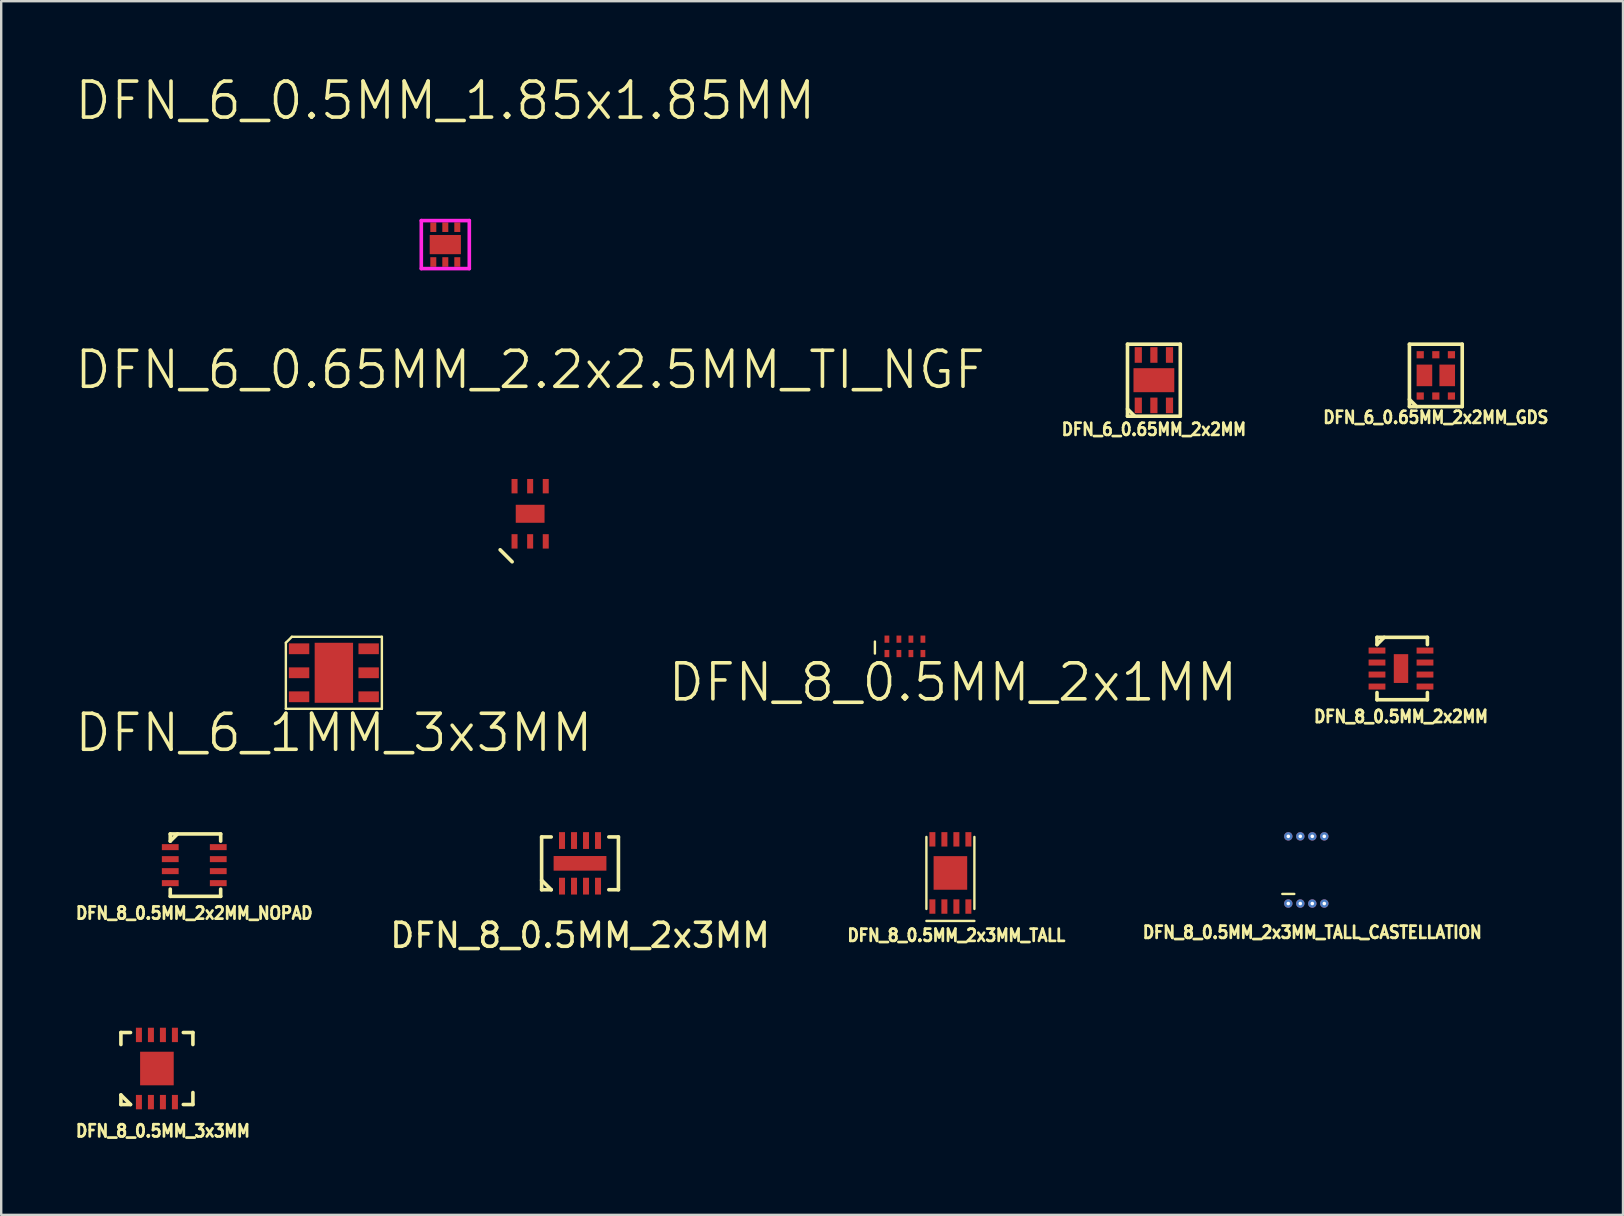
<source format=kicad_pcb>
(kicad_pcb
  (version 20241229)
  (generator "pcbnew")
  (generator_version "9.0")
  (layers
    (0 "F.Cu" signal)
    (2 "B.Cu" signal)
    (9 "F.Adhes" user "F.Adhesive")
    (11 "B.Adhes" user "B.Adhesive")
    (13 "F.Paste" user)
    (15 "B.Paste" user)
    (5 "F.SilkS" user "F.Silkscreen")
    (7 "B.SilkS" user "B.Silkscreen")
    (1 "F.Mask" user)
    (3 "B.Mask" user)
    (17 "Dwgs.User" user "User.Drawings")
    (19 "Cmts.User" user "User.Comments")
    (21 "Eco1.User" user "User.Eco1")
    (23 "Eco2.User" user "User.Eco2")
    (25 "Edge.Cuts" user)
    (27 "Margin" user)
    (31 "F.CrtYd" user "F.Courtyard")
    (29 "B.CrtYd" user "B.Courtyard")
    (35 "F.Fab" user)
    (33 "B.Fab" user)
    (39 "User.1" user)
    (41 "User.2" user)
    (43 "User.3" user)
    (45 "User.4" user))
  (footprint "DFN_6_1MM_3x3MM"
    (layer "F.Cu")
    (at 10.861 24.982)
    (property "Reference" "DFN_6_1MM_3x3MM" (at 0 2.5 0) (layer "F.SilkS") (effects (font (size 1.5 1.5) (thickness 0.15))))
    (attr through_hole)
    (fp_line (start -2 -1.25) (end -2 1.5) (stroke (width 0.1) (type solid)) (layer "F.SilkS"))
    (fp_line (start -2 1.5) (end 2 1.5) (stroke (width 0.1) (type solid)) (layer "F.SilkS"))
    (fp_line (start -1.75 -1.5) (end -2 -1.25) (stroke (width 0.1) (type solid)) (layer "F.SilkS"))
    (fp_line (start 2 -1.5) (end -1.75 -1.5) (stroke (width 0.1) (type solid)) (layer "F.SilkS"))
    (fp_line (start 2 1.5) (end 2 -1.5) (stroke (width 0.1) (type solid)) (layer "F.SilkS"))
    (pad "1" smd rect (at -1.45 -1) (size 0.85 0.45) (layers "F.Cu" "F.Mask" "F.Paste"))
    (pad "2" smd rect (at -1.45 0) (size 0.85 0.45) (layers "F.Cu" "F.Mask" "F.Paste"))
    (pad "3" smd rect (at -1.45 1) (size 0.85 0.45) (layers "F.Cu" "F.Mask" "F.Paste"))
    (pad "4" smd rect (at 1.45 1) (size 0.85 0.45) (layers "F.Cu" "F.Mask" "F.Paste"))
    (pad "5" smd rect (at 1.45 0) (size 0.85 0.45) (layers "F.Cu" "F.Mask" "F.Paste"))
    (pad "6" smd rect (at 1.45 -1) (size 0.85 0.45) (layers "F.Cu" "F.Mask" "F.Paste"))
    (pad "PAD" smd rect (at 0 0) (size 1.6 2.5) (layers "F.Cu" "F.Mask" "F.Paste")))
  (footprint "DFN_8_0.5MM_3x3MM"
    (layer "F.Cu")
    (at 3.488 41.471)
    (property "Reference" "DFN_8_0.5MM_3x3MM" (at 0.25 2.6 0) (layer "F.SilkS") (effects (font (size 0.508 0.457) (thickness 0.114))))
    (attr through_hole)
    (fp_line (start -1.5 -1.5) (end -1.5 -1) (stroke (width 0.15) (type solid)) (layer "F.SilkS"))
    (fp_line (start -1.5 1.1) (end -1.5 1.5) (stroke (width 0.15) (type solid)) (layer "F.SilkS"))
    (fp_line (start -1.5 1.1) (end -1.1 1.5) (stroke (width 0.15) (type solid)) (layer "F.SilkS"))
    (fp_line (start -1.5 1.5) (end -1.1 1.5) (stroke (width 0.15) (type solid)) (layer "F.SilkS"))
    (fp_line (start -1.1 -1.5) (end -1.5 -1.5) (stroke (width 0.15) (type solid)) (layer "F.SilkS"))
    (fp_line (start 1.1 -1.5) (end 1.5 -1.5) (stroke (width 0.15) (type solid)) (layer "F.SilkS"))
    (fp_line (start 1.1 1.5) (end 1.5 1.5) (stroke (width 0.15) (type solid)) (layer "F.SilkS"))
    (fp_line (start 1.5 -1.5) (end 1.5 -1) (stroke (width 0.15) (type solid)) (layer "F.SilkS"))
    (fp_line (start 1.5 1.5) (end 1.5 1) (stroke (width 0.15) (type solid)) (layer "F.SilkS"))
    (pad "" smd rect (at -0.25 -0.25) (size 0.4 0.4) (layers "F.Paste"))
    (pad "" smd rect (at -0.25 0.25) (size 0.4 0.4) (layers "F.Paste"))
    (pad "" smd rect (at 0.25 -0.25) (size 0.4 0.4) (layers "F.Paste"))
    (pad "" smd rect (at 0.25 0.25) (size 0.4 0.4) (layers "F.Paste"))
    (pad "1" smd rect (at -0.75 1.4) (size 0.25 0.6) (layers "F.Cu" "F.Mask" "F.Paste"))
    (pad "2" smd rect (at -0.25 1.4) (size 0.25 0.6) (layers "F.Cu" "F.Mask" "F.Paste"))
    (pad "3" smd rect (at 0.25 1.4) (size 0.25 0.6) (layers "F.Cu" "F.Mask" "F.Paste"))
    (pad "4" smd rect (at 0.75 1.4) (size 0.25 0.6) (layers "F.Cu" "F.Mask" "F.Paste"))
    (pad "5" smd rect (at 0.75 -1.4) (size 0.25 0.6) (layers "F.Cu" "F.Mask" "F.Paste"))
    (pad "6" smd rect (at 0.25 -1.4) (size 0.25 0.6) (layers "F.Cu" "F.Mask" "F.Paste"))
    (pad "7" smd rect (at -0.25 -1.4) (size 0.25 0.6) (layers "F.Cu" "F.Mask" "F.Paste"))
    (pad "8" smd rect (at -0.75 -1.4) (size 0.25 0.6) (layers "F.Cu" "F.Mask" "F.Paste"))
    (pad "PAD" smd rect (at 0 0) (size 1.4 1.4) (layers "F.Cu" "F.Mask")))
  (footprint "DFN_8_0.5MM_2x3MM_TALL_CASTELLATION"
    (layer "F.Cu")
    (at 51.378 33.197)
    (property "Reference" "DFN_8_0.5MM_2x3MM_TALL_CASTELLATION" (at 0.25 2.6 0) (layer "F.SilkS") (effects (font (size 0.508 0.457) (thickness 0.114))))
    (attr smd)
    (fp_line (start -1 1) (end -0.5 1) (stroke (width 0.1) (type default)) (layer "F.SilkS"))
    (pad "1" thru_hole circle (at -0.75 1.4) (size 0.35 0.35) (drill 0.15) (layers "*.Cu" "*.Mask"))
    (pad "2" thru_hole circle (at -0.25 1.4) (size 0.35 0.35) (drill 0.15) (layers "*.Cu" "*.Mask"))
    (pad "3" thru_hole circle (at 0.25 1.4) (size 0.35 0.35) (drill 0.15) (layers "*.Cu" "*.Mask"))
    (pad "4" thru_hole circle (at 0.75 1.4) (size 0.35 0.35) (drill 0.15) (layers "*.Cu" "*.Mask"))
    (pad "5" thru_hole circle (at 0.75 -1.4) (size 0.35 0.35) (drill 0.15) (layers "*.Cu" "*.Mask"))
    (pad "6" thru_hole circle (at 0.25 -1.4) (size 0.35 0.35) (drill 0.15) (layers "*.Cu" "*.Mask"))
    (pad "7" thru_hole circle (at -0.25 -1.4) (size 0.35 0.35) (drill 0.15) (layers "*.Cu" "*.Mask"))
    (pad "8" thru_hole circle (at -0.75 -1.4) (size 0.35 0.35) (drill 0.15) (layers "*.Cu" "*.Mask")))
  (footprint "DFN_8_0.5MM_2x3MM_TALL"
    (layer "F.Cu")
    (at 36.549 33.322)
    (property "Reference" "DFN_8_0.5MM_2x3MM_TALL" (at 0.25 2.6 0) (layer "F.SilkS") (effects (font (size 0.508 0.457) (thickness 0.114))))
    (attr through_hole)
    (fp_line (start -1 -1.5) (end -1 1.5) (stroke (width 0.1) (type solid)) (layer "F.SilkS"))
    (fp_line (start -1 2) (end 1 2) (stroke (width 0.1) (type solid)) (layer "F.SilkS"))
    (fp_line (start 1 -1.5) (end 1 1.5) (stroke (width 0.1) (type solid)) (layer "F.SilkS"))
    (pad "" smd rect (at -0.25 -0.25) (size 0.5 0.5) (layers "F.Paste"))
    (pad "" smd rect (at -0.25 0.25) (size 0.5 0.5) (layers "F.Paste"))
    (pad "" smd rect (at 0.25 -0.25) (size 0.5 0.5) (layers "F.Paste"))
    (pad "" smd rect (at 0.25 0.25) (size 0.5 0.5) (layers "F.Paste"))
    (pad "1" smd rect (at -0.75 1.4) (size 0.25 0.6) (layers "F.Cu" "F.Mask" "F.Paste"))
    (pad "2" smd rect (at -0.25 1.4) (size 0.25 0.6) (layers "F.Cu" "F.Mask" "F.Paste"))
    (pad "3" smd rect (at 0.25 1.4) (size 0.25 0.6) (layers "F.Cu" "F.Mask" "F.Paste"))
    (pad "4" smd rect (at 0.75 1.4) (size 0.25 0.6) (layers "F.Cu" "F.Mask" "F.Paste"))
    (pad "5" smd rect (at 0.75 -1.4) (size 0.25 0.6) (layers "F.Cu" "F.Mask" "F.Paste"))
    (pad "6" smd rect (at 0.25 -1.4) (size 0.25 0.6) (layers "F.Cu" "F.Mask" "F.Paste"))
    (pad "7" smd rect (at -0.25 -1.4) (size 0.25 0.6) (layers "F.Cu" "F.Mask" "F.Paste"))
    (pad "8" smd rect (at -0.75 -1.4) (size 0.25 0.6) (layers "F.Cu" "F.Mask" "F.Paste"))
    (pad "PAD" smd rect (at 0 0) (size 1.4 1.4) (layers "F.Cu" "F.Mask")))
  (footprint "DFN_6_0.65MM_2x2MM"
    (layer "F.Cu")
    (at 45.028 12.791)
    (property "Reference" "DFN_6_0.65MM_2x2MM" (at 0 2.05 0) (layer "F.SilkS") (effects (font (size 0.508 0.457) (thickness 0.11))))
    (attr through_hole)
    (fp_line (start -1.1 -1.5) (end -1.1 1.5) (stroke (width 0.15) (type solid)) (layer "F.SilkS"))
    (fp_line (start -1.1 1.2) (end -0.8 1.5) (stroke (width 0.15) (type solid)) (layer "F.SilkS"))
    (fp_line (start -1.1 1.5) (end 1.1 1.5) (stroke (width 0.15) (type solid)) (layer "F.SilkS"))
    (fp_line (start 1.1 -1.5) (end -1.1 -1.5) (stroke (width 0.15) (type solid)) (layer "F.SilkS"))
    (fp_line (start 1.1 1.5) (end 1.1 -1.5) (stroke (width 0.15) (type solid)) (layer "F.SilkS"))
    (pad "1" smd rect (at -0.65 1.05) (size 0.3 0.65) (layers "F.Cu" "F.Mask" "F.Paste"))
    (pad "2" smd rect (at 0 1.05) (size 0.3 0.65) (layers "F.Cu" "F.Mask" "F.Paste"))
    (pad "3" smd rect (at 0.65 1.05) (size 0.3 0.65) (layers "F.Cu" "F.Mask" "F.Paste"))
    (pad "4" smd rect (at 0.65 -1.05) (size 0.3 0.65) (layers "F.Cu" "F.Mask" "F.Paste"))
    (pad "5" smd rect (at 0 -1.05) (size 0.3 0.65) (layers "F.Cu" "F.Mask" "F.Paste"))
    (pad "6" smd rect (at -0.65 -1.05) (size 0.3 0.65) (layers "F.Cu" "F.Mask" "F.Paste"))
    (pad "PAD" smd rect (at 0 0) (size 1.7 1) (layers "F.Cu" "F.Mask" "F.Paste")))
  (footprint "DFN_8_0.5MM_2x2MM"
    (layer "F.Cu")
    (at 55.324 24.806)
    (property "Reference" "DFN_8_0.5MM_2x2MM" (at 0 2 0) (layer "F.SilkS") (effects (font (size 0.508 0.457) (thickness 0.114))))
    (attr smd)
    (fp_line (start -1 -1.3) (end 1.1 -1.3) (stroke (width 0.15) (type solid)) (layer "F.SilkS"))
    (fp_line (start -1 -1) (end -1 -1.3) (stroke (width 0.15) (type solid)) (layer "F.SilkS"))
    (fp_line (start -1 -1) (end -0.7 -1.3) (stroke (width 0.15) (type solid)) (layer "F.SilkS"))
    (fp_line (start -1 1) (end -1 1.3) (stroke (width 0.15) (type solid)) (layer "F.SilkS"))
    (fp_line (start -1 1.3) (end 1.1 1.3) (stroke (width 0.15) (type solid)) (layer "F.SilkS"))
    (fp_line (start 1.1 -1.3) (end 1.1 -1) (stroke (width 0.15) (type solid)) (layer "F.SilkS"))
    (fp_line (start 1.1 1.3) (end 1.1 1) (stroke (width 0.15) (type solid)) (layer "F.SilkS"))
    (pad "1" smd rect (at -1 -0.75) (size 0.7 0.25) (layers "F.Cu" "F.Mask" "F.Paste"))
    (pad "2" smd rect (at -1 -0.25) (size 0.7 0.25) (layers "F.Cu" "F.Mask" "F.Paste"))
    (pad "3" smd rect (at -1 0.25) (size 0.7 0.25) (layers "F.Cu" "F.Mask" "F.Paste"))
    (pad "4" smd rect (at -1 0.75) (size 0.7 0.25) (layers "F.Cu" "F.Mask" "F.Paste"))
    (pad "5" smd rect (at 1 0.75) (size 0.7 0.25) (layers "F.Cu" "F.Mask" "F.Paste"))
    (pad "6" smd rect (at 1 0.25) (size 0.7 0.25) (layers "F.Cu" "F.Mask" "F.Paste"))
    (pad "7" smd rect (at 1 -0.25) (size 0.7 0.25) (layers "F.Cu" "F.Mask" "F.Paste"))
    (pad "8" smd rect (at 1 -0.75) (size 0.7 0.25) (layers "F.Cu" "F.Mask" "F.Paste"))
    (pad "PAD" smd rect (at 0 0) (size 0.6 1.2) (layers "F.Cu" "F.Mask" "F.Paste")))
  (footprint "DFN_6_0.65MM_2.2x2.5MM_TI_NGF"
    (layer "F.Cu")
    (at 19.039 18.357)
    (property "Reference" "DFN_6_0.65MM_2.2x2.5MM_TI_NGF" (at 0 -6 0) (layer "F.SilkS") (effects (font (size 1.5 1.5) (thickness 0.15))))
    (attr smd)
    (fp_line (start -1.25 1.5) (end -0.75 2) (stroke (width 0.15) (type solid)) (layer "F.SilkS"))
    (pad "1" smd rect (at -0.65 1.15) (size 0.25 0.6) (layers "F.Cu" "F.Mask" "F.Paste"))
    (pad "2" smd rect (at 0 1.15) (size 0.25 0.6) (layers "F.Cu" "F.Mask" "F.Paste"))
    (pad "3" smd rect (at 0.65 1.15) (size 0.25 0.6) (layers "F.Cu" "F.Mask" "F.Paste"))
    (pad "4" smd rect (at 0.65 -1.15) (size 0.25 0.6) (layers "F.Cu" "F.Mask" "F.Paste"))
    (pad "5" smd rect (at 0 -1.15) (size 0.25 0.6) (layers "F.Cu" "F.Mask" "F.Paste"))
    (pad "6" smd rect (at -0.65 -1.15) (size 0.25 0.6) (layers "F.Cu" "F.Mask" "F.Paste"))
    (pad "PAD" smd rect (at 0 0) (size 1.2 0.75) (layers "F.Cu" "F.Mask" "F.Paste")))
  (footprint "DFN_6_0.5MM_1.85x1.85MM"
    (layer "F.Cu")
    (at 15.504 7.141)
    (property "Reference" "DFN_6_0.5MM_1.85x1.85MM" (at 0 -6 0) (layer "F.SilkS") (effects (font (size 1.5 1.5) (thickness 0.15))))
    (attr through_hole)
    (fp_line (start -1 -1) (end 1 -1) (stroke (width 0.15) (type solid)) (layer "F.CrtYd"))
    (fp_line (start -1 1) (end -1 -1) (stroke (width 0.15) (type solid)) (layer "F.CrtYd"))
    (fp_line (start 1 -1) (end 1 1) (stroke (width 0.15) (type solid)) (layer "F.CrtYd"))
    (fp_line (start 1 1) (end -1 1) (stroke (width 0.15) (type solid)) (layer "F.CrtYd"))
    (pad "1" smd rect (at -0.5 0.725) (size 0.25 0.4) (layers "F.Cu" "F.Mask" "F.Paste"))
    (pad "2" smd rect (at 0 0.725) (size 0.25 0.4) (layers "F.Cu" "F.Mask" "F.Paste"))
    (pad "3" smd rect (at 0.5 0.725) (size 0.25 0.4) (layers "F.Cu" "F.Mask" "F.Paste"))
    (pad "4" smd rect (at 0.5 -0.725) (size 0.25 0.4) (layers "F.Cu" "F.Mask" "F.Paste"))
    (pad "5" smd rect (at 0 -0.725) (size 0.25 0.4) (layers "F.Cu" "F.Mask" "F.Paste"))
    (pad "6" smd rect (at -0.5 -0.725) (size 0.25 0.4) (layers "F.Cu" "F.Mask" "F.Paste"))
    (pad "PAD" smd rect (at 0 0) (size 1.3 0.8) (layers "F.Cu" "F.Mask" "F.Paste")))
  (footprint "DFN_8_0.5MM_2x2MM_NOPAD"
    (layer "F.Cu")
    (at 5.044 32.997)
    (property "Reference" "DFN_8_0.5MM_2x2MM_NOPAD" (at 0 2 0) (layer "F.SilkS") (effects (font (size 0.508 0.457) (thickness 0.114))))
    (attr smd)
    (fp_line (start -1 -1.3) (end 1.1 -1.3) (stroke (width 0.15) (type solid)) (layer "F.SilkS"))
    (fp_line (start -1 -1) (end -1 -1.3) (stroke (width 0.15) (type solid)) (layer "F.SilkS"))
    (fp_line (start -1 -1) (end -0.7 -1.3) (stroke (width 0.15) (type solid)) (layer "F.SilkS"))
    (fp_line (start -1 1) (end -1 1.3) (stroke (width 0.15) (type solid)) (layer "F.SilkS"))
    (fp_line (start -1 1.3) (end 1.1 1.3) (stroke (width 0.15) (type solid)) (layer "F.SilkS"))
    (fp_line (start 1.1 -1.3) (end 1.1 -1) (stroke (width 0.15) (type solid)) (layer "F.SilkS"))
    (fp_line (start 1.1 1.3) (end 1.1 1) (stroke (width 0.15) (type solid)) (layer "F.SilkS"))
    (pad "1" smd rect (at -1 -0.75) (size 0.7 0.25) (layers "F.Cu" "F.Mask" "F.Paste"))
    (pad "2" smd rect (at -1 -0.25) (size 0.7 0.25) (layers "F.Cu" "F.Mask" "F.Paste"))
    (pad "3" smd rect (at -1 0.25) (size 0.7 0.25) (layers "F.Cu" "F.Mask" "F.Paste"))
    (pad "4" smd rect (at -1 0.75) (size 0.7 0.25) (layers "F.Cu" "F.Mask" "F.Paste"))
    (pad "5" smd rect (at 1 0.75) (size 0.7 0.25) (layers "F.Cu" "F.Mask" "F.Paste"))
    (pad "6" smd rect (at 1 0.25) (size 0.7 0.25) (layers "F.Cu" "F.Mask" "F.Paste"))
    (pad "7" smd rect (at 1 -0.25) (size 0.7 0.25) (layers "F.Cu" "F.Mask" "F.Paste"))
    (pad "8" smd rect (at 1 -0.75) (size 0.7 0.25) (layers "F.Cu" "F.Mask" "F.Paste")))
  (footprint "DFN_8_0.5MM_2x3MM"
    (layer "F.Cu")
    (at 21.117 32.922)
    (property "Reference" "DFN_8_0.5MM_2x3MM" (at 0 3 0) (layer "F.SilkS") (effects (font (size 1 1) (thickness 0.15))))
    (attr smd)
    (fp_line (start -1.6 -1.1) (end -1.6 1.1) (stroke (width 0.15) (type solid)) (layer "F.SilkS"))
    (fp_line (start -1.6 -1.1) (end -1.2 -1.1) (stroke (width 0.15) (type solid)) (layer "F.SilkS"))
    (fp_line (start -1.6 1.1) (end -1.2 1.1) (stroke (width 0.15) (type solid)) (layer "F.SilkS"))
    (fp_line (start -1.2 1.1) (end -1.6 0.7) (stroke (width 0.15) (type solid)) (layer "F.SilkS"))
    (fp_line (start 1.2 -1.1) (end 1.6 -1.1) (stroke (width 0.15) (type solid)) (layer "F.SilkS"))
    (fp_line (start 1.6 -1.1) (end 1.6 1.1) (stroke (width 0.15) (type solid)) (layer "F.SilkS"))
    (fp_line (start 1.6 1.1) (end 1.2 1.1) (stroke (width 0.15) (type solid)) (layer "F.SilkS"))
    (pad "1" smd rect (at -0.75 0.95) (size 0.25 0.7) (layers "F.Cu" "F.Mask" "F.Paste"))
    (pad "2" smd rect (at -0.25 0.95) (size 0.25 0.7) (layers "F.Cu" "F.Mask" "F.Paste"))
    (pad "3" smd rect (at 0.25 0.95) (size 0.25 0.7) (layers "F.Cu" "F.Mask" "F.Paste"))
    (pad "4" smd rect (at 0.75 0.95) (size 0.25 0.7) (layers "F.Cu" "F.Mask" "F.Paste"))
    (pad "5" smd rect (at 0.75 -0.95) (size 0.25 0.7) (layers "F.Cu" "F.Mask" "F.Paste"))
    (pad "6" smd rect (at 0.25 -0.95) (size 0.25 0.7) (layers "F.Cu" "F.Mask" "F.Paste"))
    (pad "7" smd rect (at -0.25 -0.95) (size 0.25 0.7) (layers "F.Cu" "F.Mask" "F.Paste"))
    (pad "8" smd rect (at -0.75 -0.95) (size 0.25 0.7) (layers "F.Cu" "F.Mask" "F.Paste"))
    (pad "PAD" smd rect (at 0 0) (size 2.2 0.61) (layers "F.Cu" "F.Mask" "F.Paste")))
  (footprint "DFN_8_0.5MM_2x1MM"
    (layer "F.Cu")
    (at 34.654 23.881)
    (property "Reference" "DFN_8_0.5MM_2x1MM" (at 2 1.5 0) (layer "F.SilkS") (effects (font (size 1.5 1.5) (thickness 0.15))))
    (attr through_hole)
    (fp_line (start -1.25 -0.2) (end -1.25 0.3) (stroke (width 0.1) (type solid)) (layer "F.SilkS"))
    (pad "1" smd rect (at -0.75 0.3) (size 0.2 0.3) (layers "F.Cu" "F.Mask" "F.Paste"))
    (pad "2" smd rect (at -0.25 0.3) (size 0.2 0.3) (layers "F.Cu" "F.Mask" "F.Paste"))
    (pad "3" smd rect (at 0.25 0.3) (size 0.2 0.3) (layers "F.Cu" "F.Mask" "F.Paste"))
    (pad "4" smd rect (at 0.75 0.3) (size 0.2 0.3) (layers "F.Cu" "F.Mask" "F.Paste"))
    (pad "5" smd rect (at 0.75 -0.3) (size 0.2 0.3) (layers "F.Cu" "F.Mask" "F.Paste"))
    (pad "6" smd rect (at 0.25 -0.3) (size 0.2 0.3) (layers "F.Cu" "F.Mask" "F.Paste"))
    (pad "7" smd rect (at -0.25 -0.3) (size 0.2 0.3) (layers "F.Cu" "F.Mask" "F.Paste"))
    (pad "8" smd rect (at -0.75 -0.3) (size 0.2 0.3) (layers "F.Cu" "F.Mask" "F.Paste")))
  (footprint "DFN_6_0.65MM_2x2MM_GDS"
    (layer "F.Cu")
    (at 56.775 12.591)
    (property "Reference" "DFN_6_0.65MM_2x2MM_GDS" (at 0 1.75 0) (layer "F.SilkS") (effects (font (size 0.508 0.457) (thickness 0.11))))
    (attr smd)
    (fp_line (start -1.1 -1.3) (end -1.1 1.3) (stroke (width 0.15) (type solid)) (layer "F.SilkS"))
    (fp_line (start -1.1 1) (end -0.8 1.3) (stroke (width 0.15) (type solid)) (layer "F.SilkS"))
    (fp_line (start -1.1 1.3) (end 1.1 1.3) (stroke (width 0.15) (type solid)) (layer "F.SilkS"))
    (fp_line (start 1.1 -1.3) (end -1.1 -1.3) (stroke (width 0.15) (type solid)) (layer "F.SilkS"))
    (fp_line (start 1.1 1.3) (end 1.1 -1.3) (stroke (width 0.15) (type solid)) (layer "F.SilkS"))
    (pad "D1" smd rect (at -0.65 -0.86) (size 0.3 0.3) (layers "F.Cu" "F.Mask" "F.Paste"))
    (pad "D1" smd rect (at -0.475 0) (size 0.65 0.9) (layers "F.Cu" "F.Mask" "F.Paste"))
    (pad "D2" smd rect (at 0.475 0) (size 0.65 0.9) (layers "F.Cu" "F.Mask" "F.Paste"))
    (pad "D2" smd rect (at 0.65 0.86) (size 0.3 0.3) (layers "F.Cu" "F.Mask" "F.Paste"))
    (pad "G1" smd rect (at 0 0.86) (size 0.3 0.3) (layers "F.Cu" "F.Mask" "F.Paste"))
    (pad "G2" smd rect (at 0 -0.86) (size 0.3 0.3) (layers "F.Cu" "F.Mask" "F.Paste"))
    (pad "S1" smd rect (at -0.65 0.86) (size 0.3 0.3) (layers "F.Cu" "F.Mask" "F.Paste"))
    (pad "S2" smd rect (at 0.65 -0.86) (size 0.3 0.3) (layers "F.Cu" "F.Mask" "F.Paste")))
  (gr_rect
    (start -3 -3)
    (end 64.574 47.568)
    (stroke (width 0.1) (type default))
    (fill no)
    (layer "Edge.Cuts")))
</source>
